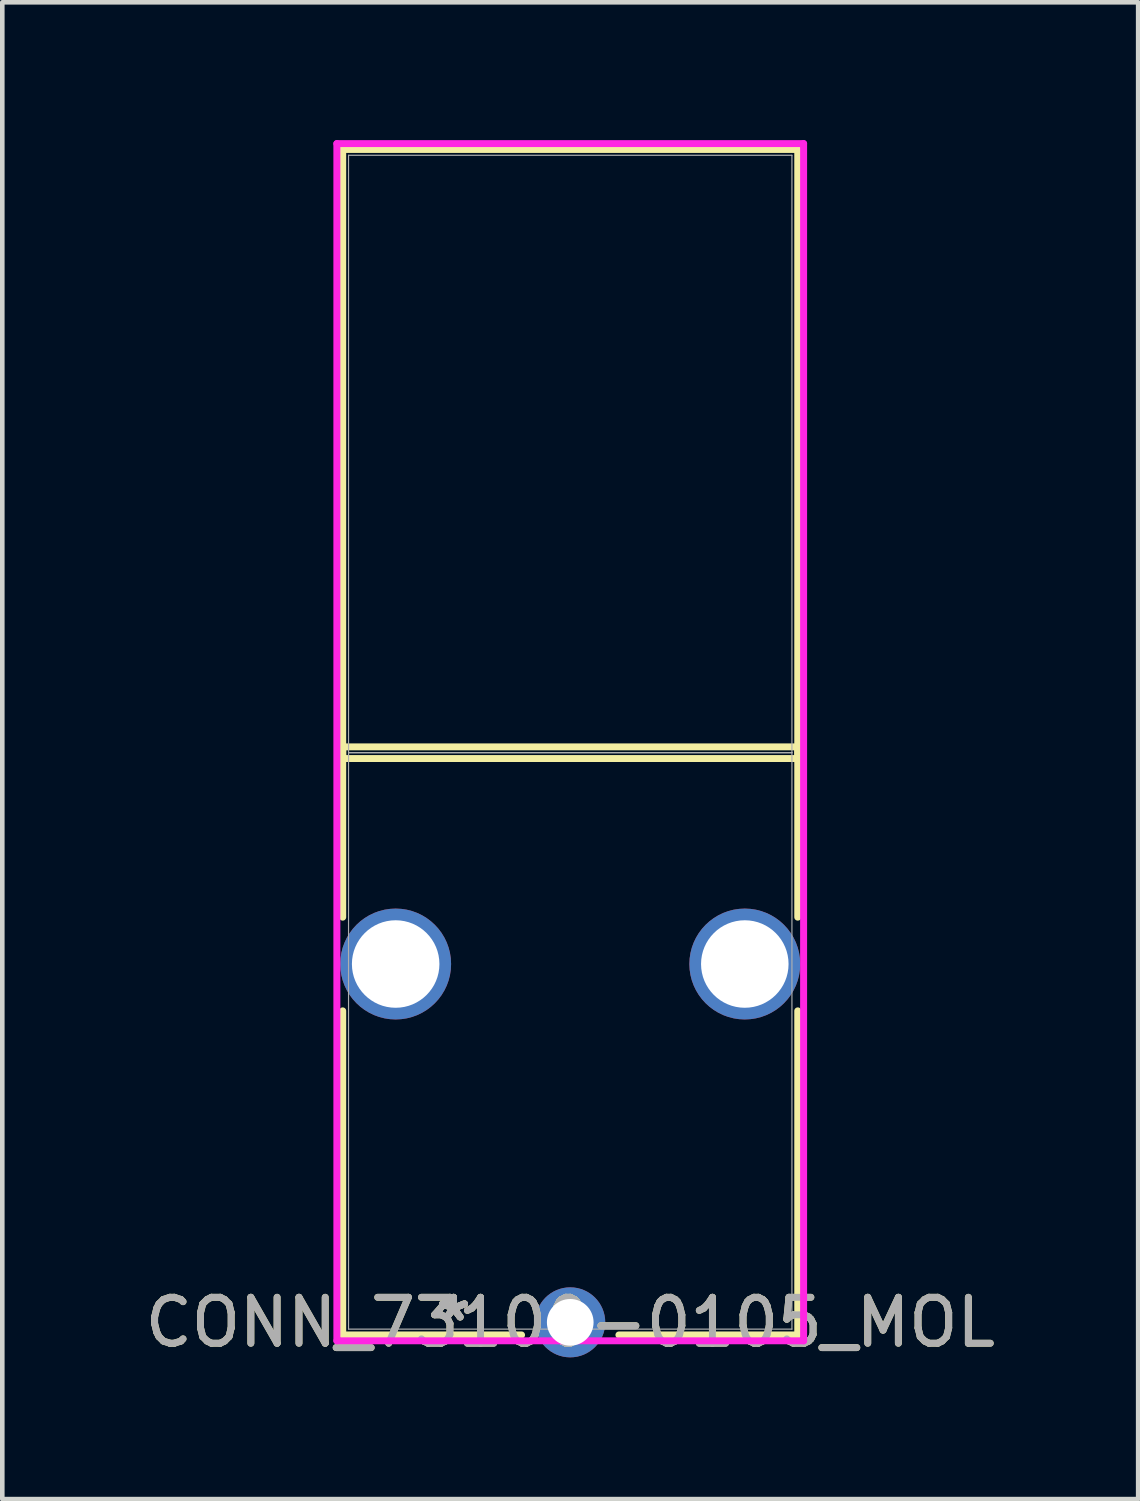
<source format=kicad_pcb>
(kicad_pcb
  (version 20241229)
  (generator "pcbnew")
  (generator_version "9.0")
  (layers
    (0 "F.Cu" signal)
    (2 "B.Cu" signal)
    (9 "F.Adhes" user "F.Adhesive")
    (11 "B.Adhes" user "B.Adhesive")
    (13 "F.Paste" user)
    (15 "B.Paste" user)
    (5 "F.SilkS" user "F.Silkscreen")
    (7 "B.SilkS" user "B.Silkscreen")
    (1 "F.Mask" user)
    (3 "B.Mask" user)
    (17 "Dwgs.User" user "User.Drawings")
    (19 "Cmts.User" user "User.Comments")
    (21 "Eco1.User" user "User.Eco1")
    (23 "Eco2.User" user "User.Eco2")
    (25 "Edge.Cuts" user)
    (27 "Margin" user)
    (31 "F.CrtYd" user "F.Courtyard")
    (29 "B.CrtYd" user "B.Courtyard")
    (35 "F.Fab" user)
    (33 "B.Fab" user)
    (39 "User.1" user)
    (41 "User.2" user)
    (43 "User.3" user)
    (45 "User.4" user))
  (footprint "CONN_73100-0105_MOL"
    (layer "F.Cu")
    (at 9.363 25.735)
    (property "Reference" "CONN_73100-0105_MOL" (at 0 0 0) (unlocked yes) (layer "F.SilkS") (effects (font (size 1 1) (thickness 0.15))))
    (attr through_hole)
    (fp_line (start -4.953 -25.532) (end -4.953 -12.273) (stroke (width 0.152) (type solid)) (layer "F.SilkS"))
    (fp_line (start -4.953 -12.527) (end -4.953 -8.82) (stroke (width 0.152) (type solid)) (layer "F.SilkS"))
    (fp_line (start -4.953 -12.273) (end 4.953 -12.273) (stroke (width 0.152) (type solid)) (layer "F.SilkS"))
    (fp_line (start -4.953 -6.78) (end -4.953 0.275) (stroke (width 0.152) (type solid)) (layer "F.SilkS"))
    (fp_line (start -4.953 0.275) (end -1.06 0.275) (stroke (width 0.152) (type solid)) (layer "F.SilkS"))
    (fp_line (start 1.06 0.275) (end 4.953 0.275) (stroke (width 0.152) (type solid)) (layer "F.SilkS"))
    (fp_line (start 4.953 -25.532) (end -4.953 -25.532) (stroke (width 0.152) (type solid)) (layer "F.SilkS"))
    (fp_line (start 4.953 -12.527) (end -4.953 -12.527) (stroke (width 0.152) (type solid)) (layer "F.SilkS"))
    (fp_line (start 4.953 -12.273) (end 4.953 -25.532) (stroke (width 0.152) (type solid)) (layer "F.SilkS"))
    (fp_line (start 4.953 -8.82) (end 4.953 -12.527) (stroke (width 0.152) (type solid)) (layer "F.SilkS"))
    (fp_line (start 4.953 0.275) (end 4.953 -6.78) (stroke (width 0.152) (type solid)) (layer "F.SilkS"))
    (fp_line (start -5.08 -25.659) (end -5.08 0.402) (stroke (width 0.152) (type solid)) (layer "F.CrtYd"))
    (fp_line (start -5.08 0.402) (end 5.08 0.402) (stroke (width 0.152) (type solid)) (layer "F.CrtYd"))
    (fp_line (start 5.08 -25.659) (end -5.08 -25.659) (stroke (width 0.152) (type solid)) (layer "F.CrtYd"))
    (fp_line (start 5.08 0.402) (end 5.08 -25.659) (stroke (width 0.152) (type solid)) (layer "F.CrtYd"))
    (fp_line (start -4.826 -25.405) (end -4.826 -12.4) (stroke (width 0.025) (type solid)) (layer "F.Fab"))
    (fp_line (start -4.826 -12.4) (end -4.826 0.148) (stroke (width 0.025) (type solid)) (layer "F.Fab"))
    (fp_line (start -4.826 -12.4) (end 4.826 -12.4) (stroke (width 0.025) (type solid)) (layer "F.Fab"))
    (fp_line (start -4.826 0.148) (end 4.826 0.148) (stroke (width 0.025) (type solid)) (layer "F.Fab"))
    (fp_line (start 4.826 -25.405) (end -4.826 -25.405) (stroke (width 0.025) (type solid)) (layer "F.Fab"))
    (fp_line (start 4.826 -12.4) (end -4.826 -12.4) (stroke (width 0.025) (type solid)) (layer "F.Fab"))
    (fp_line (start 4.826 -12.4) (end 4.826 -25.405) (stroke (width 0.025) (type solid)) (layer "F.Fab"))
    (fp_line (start 4.826 0.148) (end 4.826 -12.4) (stroke (width 0.025) (type solid)) (layer "F.Fab"))
    (fp_text user "*" (at -2.54 0 0) (layer "F.SilkS") (effects (font (size 1 1) (thickness 0.15))))
    (fp_text user "*" (at -2.54 0 0) (unlocked yes) (layer "F.SilkS") (effects (font (size 1 1) (thickness 0.15))))
    (fp_text user "*" (at -2.54 0 0) (layer "F.Fab") (effects (font (size 1 1) (thickness 0.15))))
    (fp_text user "${REFERENCE}" (at 0 0 0) (unlocked yes) (layer "F.Fab") (effects (font (size 1 1) (thickness 0.15))))
    (fp_text user "*" (at -2.54 0 0) (unlocked yes) (layer "F.Fab") (effects (font (size 1 1) (thickness 0.15))))
    (pad "1" thru_hole circle (at 0 0) (size 1.524 1.524) (drill 1.016) (layers "*.Cu" "*.Mask"))
    (pad "2" thru_hole circle (at -3.8 -7.8) (size 2.413 2.413) (drill 1.905) (layers "*.Cu" "*.Mask"))
    (pad "2" thru_hole circle (at 3.8 -7.8) (size 2.413 2.413) (drill 1.905) (layers "*.Cu" "*.Mask")))
  (gr_rect
    (start -3 -3)
    (end 21.726 29.583)
    (stroke (width 0.1) (type default))
    (fill no)
    (layer "Edge.Cuts")))
</source>
